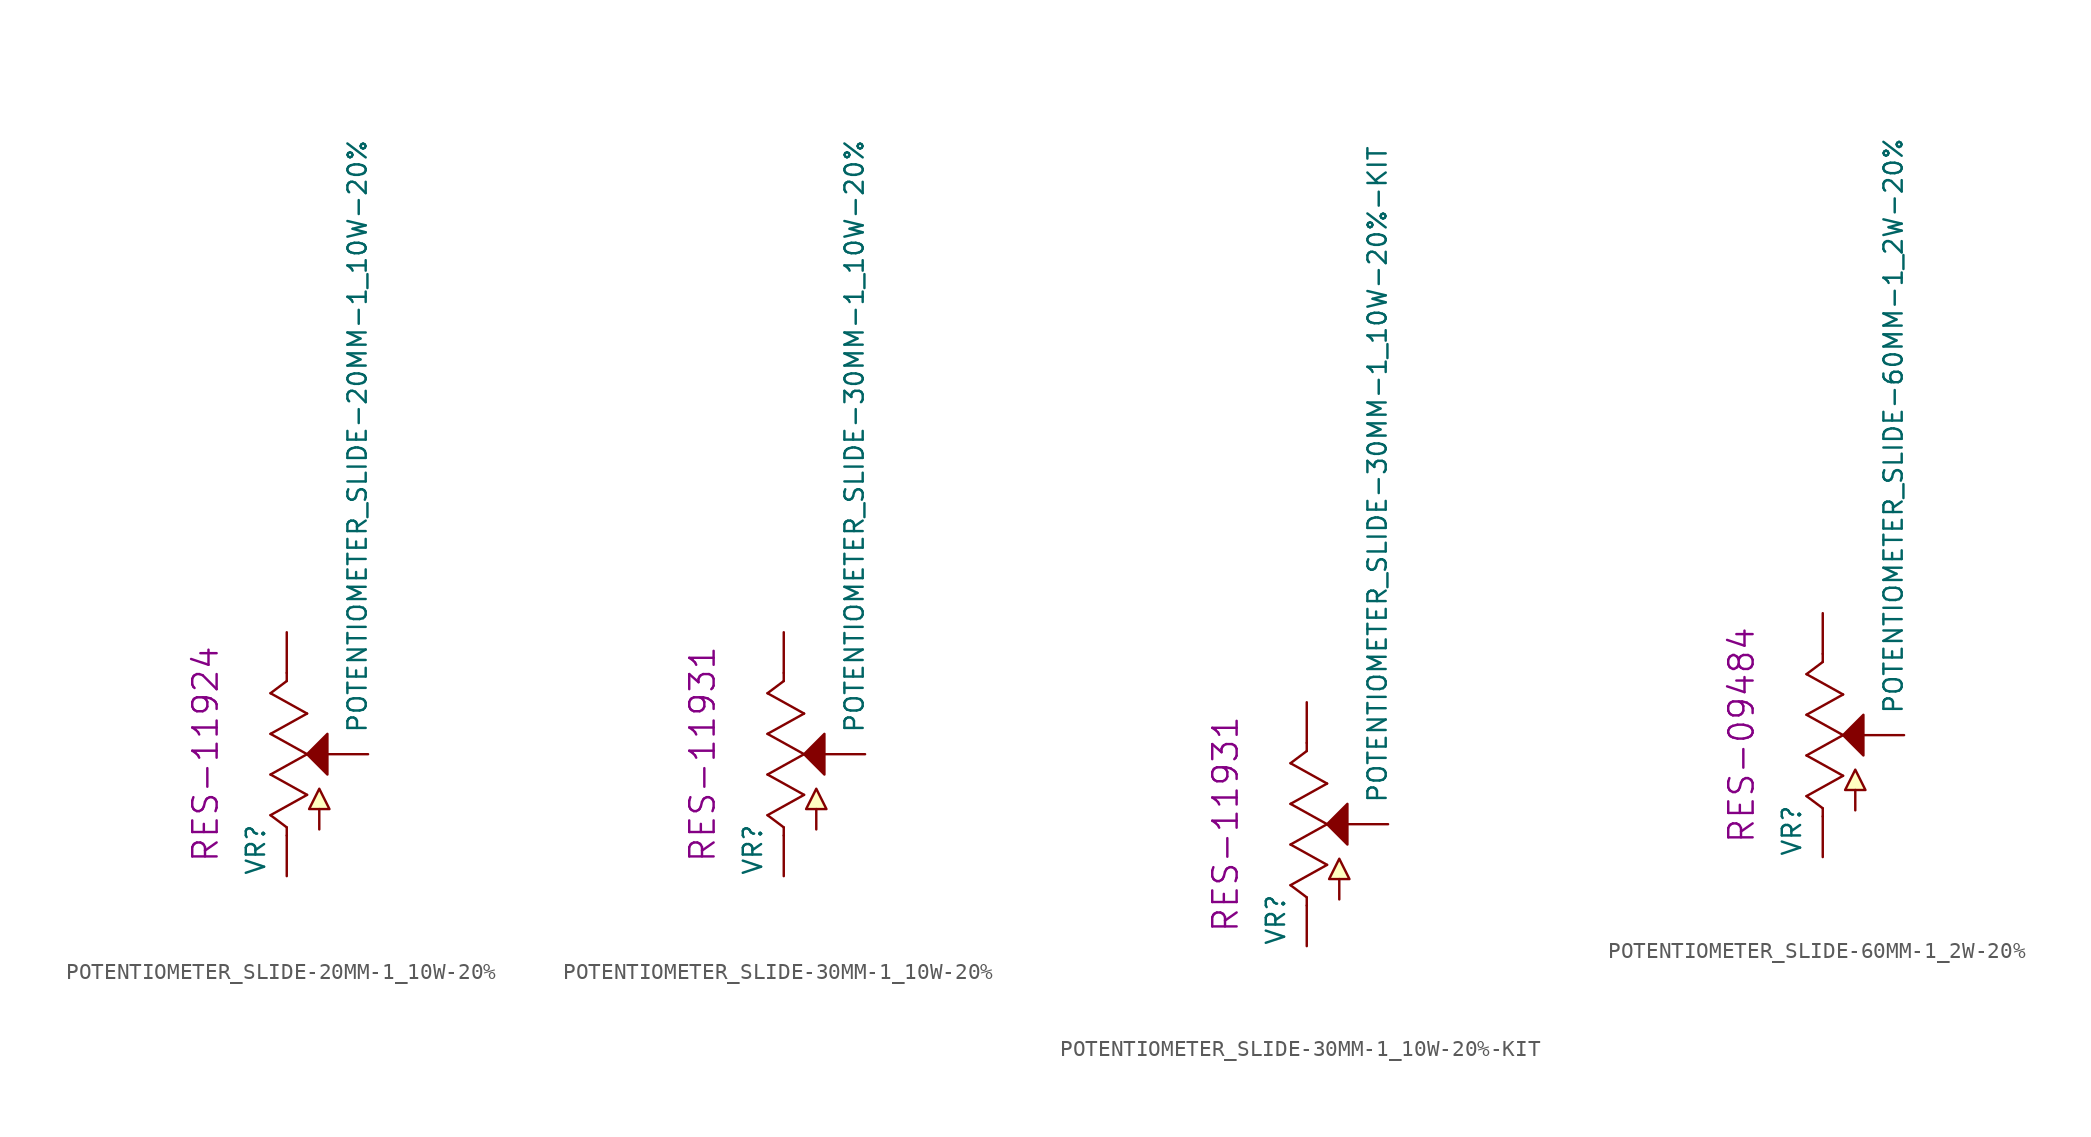
<source format=kicad_sym>
(kicad_symbol_lib
  (version 20220914)
  (generator kicad_symbol_editor)
  (symbol "POTENTIOMETER_SLIDE-20MM-1_10W-20%"
    (pin_numbers hide)
    (pin_names
      (offset 1.016) hide)
    (property "Reference" "VR"
      (at -1.27 -7.62 90)
      (effects (font (size 1.143 1.143)) (justify left bottom)))
    (property "Value" "POTENTIOMETER_SLIDE-20MM-1_10W-20%"
      (at 5.08 1.27 90)
      (effects (font (size 1.143 1.143)) (justify left bottom)))
    (property "Field4" "RES-11924"
      (at -5.08 0 90)
      (effects (font (size 1.524 1.524))))
    (property "ki_locked" ""
      (at 0 0 0)
      (effects (font (size 1.27 1.27))))
    (symbol "POTENTIOMETER_SLIDE-20MM-1_10W-20%_1_0"
      (polyline (pts (xy -1.016 -3.81) (xy 1.27 -2.54)) (stroke (width 0) (type solid)) (fill (type none)))
      (polyline (pts (xy -1.016 -1.27) (xy 1.27 0)) (stroke (width 0) (type solid)) (fill (type none)))
      (polyline (pts (xy -1.016 1.27) (xy 1.27 2.54)) (stroke (width 0) (type solid)) (fill (type none)))
      (polyline (pts (xy -1.016 3.81) (xy 0 4.572)) (stroke (width 0) (type solid)) (fill (type none)))
      (polyline (pts (xy 0 -5.08) (xy 0 -4.572)) (stroke (width 0) (type solid)) (fill (type none)))
      (polyline (pts (xy 0 -4.572) (xy -1.016 -3.81)) (stroke (width 0) (type solid)) (fill (type none)))
      (polyline (pts (xy 0 4.572) (xy 0 5.08)) (stroke (width 0) (type solid)) (fill (type none)))
      (polyline (pts (xy 1.27 -2.54) (xy -1.016 -1.27)) (stroke (width 0) (type solid)) (fill (type none)))
      (polyline (pts (xy 1.27 0) (xy -1.016 1.27)) (stroke (width 0) (type solid)) (fill (type none)))
      (polyline (pts (xy 1.27 2.54) (xy -1.016 3.81)) (stroke (width 0) (type solid)) (fill (type none)))
      (polyline (pts (xy 2.032 -4.699) (xy 2.032 -3.429)) (stroke (width 0) (type solid)) (fill (type none))))
    (symbol "POTENTIOMETER_SLIDE-20MM-1_10W-20%_1_1"
      (polyline (pts (xy 2.032 -2.159) (xy 2.667 -3.429) (xy 2.032 -3.429) (xy 1.397 -3.429) (xy 2.032 -2.159)) (stroke (width 0) (type solid)) (fill (type background)))
      (polyline (pts (xy 2.54 -1.27) (xy 1.27 0) (xy 1.27 0) (xy 2.54 1.27) (xy 2.54 1.27) (xy 2.54 -1.27)) (stroke (width 0) (type solid)) (fill (type outline)))
      (pin passive line (at 0 -7.62 90) (length 2.54) (name "A" (effects (font (size 1.016 1.016)))) (number "BOTT" (effects (font (size 1.016 1.016)))))
      (pin passive line (at 0 7.62 270) (length 2.54) (name "E" (effects (font (size 1.016 1.016)))) (number "TOP" (effects (font (size 1.016 1.016)))))
      (pin passive line (at 5.08 0 180) (length 2.54) (name "S" (effects (font (size 1.016 1.016)))) (number "WIPE" (effects (font (size 1.016 1.016)))))))
  (symbol "POTENTIOMETER_SLIDE-30MM-1_10W-20%"
    (pin_numbers hide)
    (pin_names
      (offset 1.016) hide)
    (property "Reference" "VR"
      (at -1.27 -7.62 90)
      (effects (font (size 1.143 1.143)) (justify left bottom)))
    (property "Value" "POTENTIOMETER_SLIDE-30MM-1_10W-20%"
      (at 5.08 1.27 90)
      (effects (font (size 1.143 1.143)) (justify left bottom)))
    (property "Field4" "RES-11931"
      (at -5.08 0 90)
      (effects (font (size 1.524 1.524))))
    (property "ki_locked" ""
      (at 0 0 0)
      (effects (font (size 1.27 1.27))))
    (symbol "POTENTIOMETER_SLIDE-30MM-1_10W-20%_1_0"
      (polyline (pts (xy -1.016 -3.81) (xy 1.27 -2.54)) (stroke (width 0) (type solid)) (fill (type none)))
      (polyline (pts (xy -1.016 -1.27) (xy 1.27 0)) (stroke (width 0) (type solid)) (fill (type none)))
      (polyline (pts (xy -1.016 1.27) (xy 1.27 2.54)) (stroke (width 0) (type solid)) (fill (type none)))
      (polyline (pts (xy -1.016 3.81) (xy 0 4.572)) (stroke (width 0) (type solid)) (fill (type none)))
      (polyline (pts (xy 0 -5.08) (xy 0 -4.572)) (stroke (width 0) (type solid)) (fill (type none)))
      (polyline (pts (xy 0 -4.572) (xy -1.016 -3.81)) (stroke (width 0) (type solid)) (fill (type none)))
      (polyline (pts (xy 0 4.572) (xy 0 5.08)) (stroke (width 0) (type solid)) (fill (type none)))
      (polyline (pts (xy 1.27 -2.54) (xy -1.016 -1.27)) (stroke (width 0) (type solid)) (fill (type none)))
      (polyline (pts (xy 1.27 0) (xy -1.016 1.27)) (stroke (width 0) (type solid)) (fill (type none)))
      (polyline (pts (xy 1.27 2.54) (xy -1.016 3.81)) (stroke (width 0) (type solid)) (fill (type none)))
      (polyline (pts (xy 2.032 -4.699) (xy 2.032 -3.429)) (stroke (width 0) (type solid)) (fill (type none))))
    (symbol "POTENTIOMETER_SLIDE-30MM-1_10W-20%_1_1"
      (polyline (pts (xy 2.032 -2.159) (xy 2.667 -3.429) (xy 2.032 -3.429) (xy 1.397 -3.429) (xy 2.032 -2.159)) (stroke (width 0) (type solid)) (fill (type background)))
      (polyline (pts (xy 2.54 -1.27) (xy 1.27 0) (xy 1.27 0) (xy 2.54 1.27) (xy 2.54 1.27) (xy 2.54 -1.27)) (stroke (width 0) (type solid)) (fill (type outline)))
      (pin passive line (at 0 -7.62 90) (length 2.54) (name "A" (effects (font (size 1.016 1.016)))) (number "BOTT" (effects (font (size 1.016 1.016)))))
      (pin passive line (at 0 7.62 270) (length 2.54) (name "E" (effects (font (size 1.016 1.016)))) (number "TOP" (effects (font (size 1.016 1.016)))))
      (pin passive line (at 5.08 0 180) (length 2.54) (name "S" (effects (font (size 1.016 1.016)))) (number "WIPE" (effects (font (size 1.016 1.016)))))))
  (symbol "POTENTIOMETER_SLIDE-30MM-1_10W-20%-KIT"
    (pin_numbers hide)
    (pin_names
      (offset 1.016) hide)
    (property "Reference" "VR"
      (at -1.27 -7.62 90)
      (effects (font (size 1.143 1.143)) (justify left bottom)))
    (property "Value" "POTENTIOMETER_SLIDE-30MM-1_10W-20%-KIT"
      (at 5.08 1.27 90)
      (effects (font (size 1.143 1.143)) (justify left bottom)))
    (property "Field4" "RES-11931"
      (at -5.08 0 90)
      (effects (font (size 1.524 1.524))))
    (property "ki_locked" ""
      (at 0 0 0)
      (effects (font (size 1.27 1.27))))
    (symbol "POTENTIOMETER_SLIDE-30MM-1_10W-20%-KIT_1_0"
      (polyline (pts (xy -1.016 -3.81) (xy 1.27 -2.54)) (stroke (width 0) (type solid)) (fill (type none)))
      (polyline (pts (xy -1.016 -1.27) (xy 1.27 0)) (stroke (width 0) (type solid)) (fill (type none)))
      (polyline (pts (xy -1.016 1.27) (xy 1.27 2.54)) (stroke (width 0) (type solid)) (fill (type none)))
      (polyline (pts (xy -1.016 3.81) (xy 0 4.572)) (stroke (width 0) (type solid)) (fill (type none)))
      (polyline (pts (xy 0 -5.08) (xy 0 -4.572)) (stroke (width 0) (type solid)) (fill (type none)))
      (polyline (pts (xy 0 -4.572) (xy -1.016 -3.81)) (stroke (width 0) (type solid)) (fill (type none)))
      (polyline (pts (xy 0 4.572) (xy 0 5.08)) (stroke (width 0) (type solid)) (fill (type none)))
      (polyline (pts (xy 1.27 -2.54) (xy -1.016 -1.27)) (stroke (width 0) (type solid)) (fill (type none)))
      (polyline (pts (xy 1.27 0) (xy -1.016 1.27)) (stroke (width 0) (type solid)) (fill (type none)))
      (polyline (pts (xy 1.27 2.54) (xy -1.016 3.81)) (stroke (width 0) (type solid)) (fill (type none)))
      (polyline (pts (xy 2.032 -4.699) (xy 2.032 -3.429)) (stroke (width 0) (type solid)) (fill (type none))))
    (symbol "POTENTIOMETER_SLIDE-30MM-1_10W-20%-KIT_1_1"
      (polyline (pts (xy 2.032 -2.159) (xy 2.667 -3.429) (xy 2.032 -3.429) (xy 1.397 -3.429) (xy 2.032 -2.159)) (stroke (width 0) (type solid)) (fill (type background)))
      (polyline (pts (xy 2.54 -1.27) (xy 1.27 0) (xy 1.27 0) (xy 2.54 1.27) (xy 2.54 1.27) (xy 2.54 -1.27)) (stroke (width 0) (type solid)) (fill (type outline)))
      (pin passive line (at 0 -7.62 90) (length 2.54) (name "A" (effects (font (size 1.016 1.016)))) (number "BOTT" (effects (font (size 1.016 1.016)))))
      (pin passive line (at 0 7.62 270) (length 2.54) (name "E" (effects (font (size 1.016 1.016)))) (number "TOP" (effects (font (size 1.016 1.016)))))
      (pin passive line (at 5.08 0 180) (length 2.54) (name "S" (effects (font (size 1.016 1.016)))) (number "WIPE" (effects (font (size 1.016 1.016)))))))
  (symbol "POTENTIOMETER_SLIDE-60MM-1_2W-20%"
    (pin_numbers hide)
    (pin_names
      (offset 1.016) hide)
    (property "Reference" "VR"
      (at -1.27 -7.62 90)
      (effects (font (size 1.143 1.143)) (justify left bottom)))
    (property "Value" "POTENTIOMETER_SLIDE-60MM-1_2W-20%"
      (at 5.08 1.27 90)
      (effects (font (size 1.143 1.143)) (justify left bottom)))
    (property "Field4" "RES-09484"
      (at -5.08 0 90)
      (effects (font (size 1.524 1.524))))
    (property "ki_locked" ""
      (at 0 0 0)
      (effects (font (size 1.27 1.27))))
    (symbol "POTENTIOMETER_SLIDE-60MM-1_2W-20%_1_0"
      (polyline (pts (xy -1.016 -3.81) (xy 1.27 -2.54)) (stroke (width 0) (type solid)) (fill (type none)))
      (polyline (pts (xy -1.016 -1.27) (xy 1.27 0)) (stroke (width 0) (type solid)) (fill (type none)))
      (polyline (pts (xy -1.016 1.27) (xy 1.27 2.54)) (stroke (width 0) (type solid)) (fill (type none)))
      (polyline (pts (xy -1.016 3.81) (xy 0 4.572)) (stroke (width 0) (type solid)) (fill (type none)))
      (polyline (pts (xy 0 -5.08) (xy 0 -4.572)) (stroke (width 0) (type solid)) (fill (type none)))
      (polyline (pts (xy 0 -4.572) (xy -1.016 -3.81)) (stroke (width 0) (type solid)) (fill (type none)))
      (polyline (pts (xy 0 4.572) (xy 0 5.08)) (stroke (width 0) (type solid)) (fill (type none)))
      (polyline (pts (xy 1.27 -2.54) (xy -1.016 -1.27)) (stroke (width 0) (type solid)) (fill (type none)))
      (polyline (pts (xy 1.27 0) (xy -1.016 1.27)) (stroke (width 0) (type solid)) (fill (type none)))
      (polyline (pts (xy 1.27 2.54) (xy -1.016 3.81)) (stroke (width 0) (type solid)) (fill (type none)))
      (polyline (pts (xy 2.032 -4.699) (xy 2.032 -3.429)) (stroke (width 0) (type solid)) (fill (type none))))
    (symbol "POTENTIOMETER_SLIDE-60MM-1_2W-20%_1_1"
      (polyline (pts (xy 2.032 -2.159) (xy 2.667 -3.429) (xy 2.032 -3.429) (xy 1.397 -3.429) (xy 2.032 -2.159)) (stroke (width 0) (type solid)) (fill (type background)))
      (polyline (pts (xy 2.54 -1.27) (xy 1.27 0) (xy 1.27 0) (xy 2.54 1.27) (xy 2.54 1.27) (xy 2.54 -1.27)) (stroke (width 0) (type solid)) (fill (type outline)))
      (pin passive line (at 0 7.62 270) (length 2.54) (name "E" (effects (font (size 1.016 1.016)))) (number "1" (effects (font (size 1.016 1.016)))))
      (pin passive line (at 5.08 0 180) (length 2.54) (name "S" (effects (font (size 1.016 1.016)))) (number "2A" (effects (font (size 1.016 1.016)))))
      (pin passive line (at 0 -7.62 90) (length 2.54) (name "A" (effects (font (size 1.016 1.016)))) (number "3" (effects (font (size 1.016 1.016))))))))
</source>
